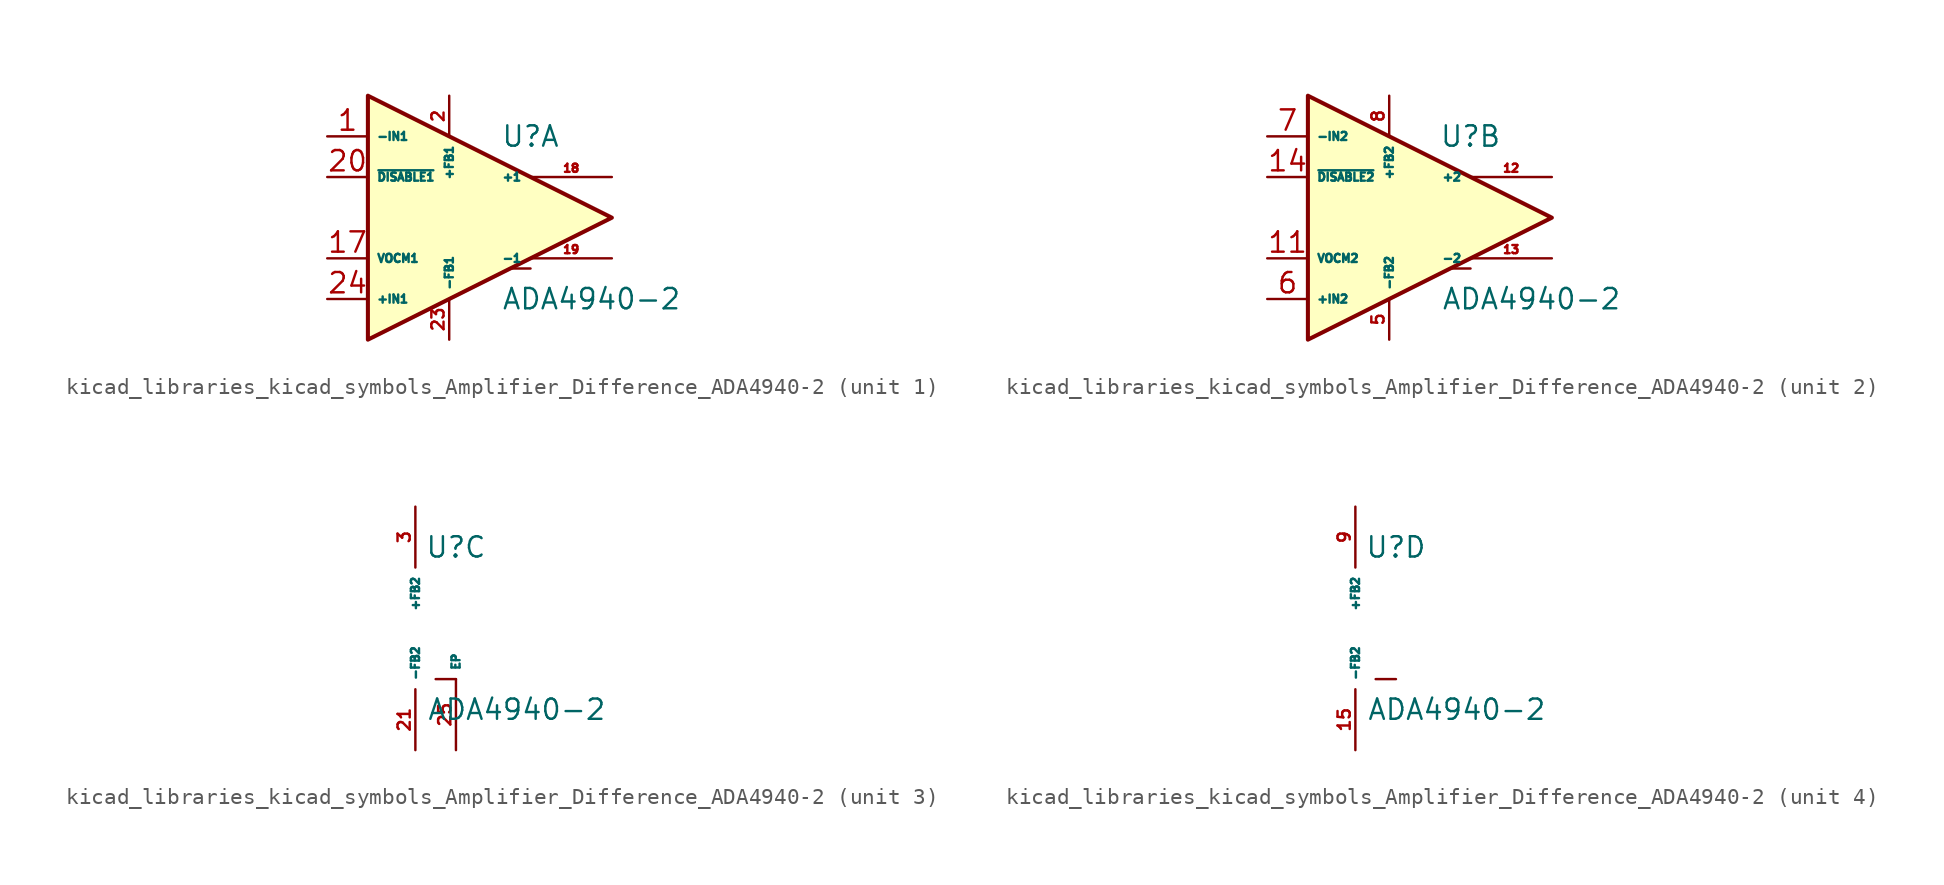
<source format=kicad_sym>
(kicad_symbol_lib
  (version 20220914)
  (generator kicad_symbol_editor)
  (symbol "kicad_libraries_kicad_symbols_Amplifier_Difference_ADA4940-2"
    (property "Reference" "U"
      (at 5.08 5.08 0)
      (effects (font (size 1.27 1.27))))
    (property "Value" "ADA4940-2"
      (at 8.89 -5.08 0)
      (effects (font (size 1.27 1.27))))
    (symbol "kicad_libraries_kicad_symbols_Amplifier_Difference_ADA4940-2_0_1"
      (polyline (pts (xy 5.08 -3.175) (xy 3.81 -3.175)) (stroke (width 0) (type default)) (fill (type none))))
    (symbol "kicad_libraries_kicad_symbols_Amplifier_Difference_ADA4940-2_1_1"
      (polyline (pts (xy -5.08 7.62) (xy -5.08 -7.62) (xy 10.16 0) (xy -5.08 7.62)) (stroke (width 0.254) (type default)) (fill (type background)))
      (pin input line (at -7.62 5.08 0) (length 2.54) (name "-IN1" (effects (font (size 0.508 0.508)))) (number "1" (effects (font (size 1.27 1.27)))))
      (pin input line (at -7.62 -2.54 0) (length 2.54) (name "VOCM1" (effects (font (size 0.508 0.508)))) (number "17" (effects (font (size 1.27 1.27)))))
      (pin output line (at 10.16 2.54 180) (length 5.08) (name "+1" (effects (font (size 0.508 0.508)))) (number "18" (effects (font (size 0.508 0.508)))))
      (pin output line (at 10.16 -2.54 180) (length 5.08) (name "-1" (effects (font (size 0.508 0.508)))) (number "19" (effects (font (size 0.508 0.508)))))
      (pin input line (at 0 7.62 270) (length 2.54) (name "+FB1" (effects (font (size 0.508 0.508)))) (number "2" (effects (font (size 0.762 0.762)))))
      (pin input line (at -7.62 2.54 0) (length 2.54) (name "~{DISABLE1}" (effects (font (size 0.508 0.508)))) (number "20" (effects (font (size 1.27 1.27)))))
      (pin input line (at 0 -7.62 90) (length 2.54) (name "-FB1" (effects (font (size 0.508 0.508)))) (number "23" (effects (font (size 0.762 0.762)))))
      (pin input line (at -7.62 -5.08 0) (length 2.54) (name "+IN1" (effects (font (size 0.508 0.508)))) (number "24" (effects (font (size 1.27 1.27))))))
    (symbol "kicad_libraries_kicad_symbols_Amplifier_Difference_ADA4940-2_2_1"
      (polyline (pts (xy -5.08 7.62) (xy -5.08 -7.62) (xy 10.16 0) (xy -5.08 7.62)) (stroke (width 0.254) (type default)) (fill (type background)))
      (pin input line (at -7.62 -2.54 0) (length 2.54) (name "VOCM2" (effects (font (size 0.508 0.508)))) (number "11" (effects (font (size 1.27 1.27)))))
      (pin output line (at 10.16 2.54 180) (length 5.08) (name "+2" (effects (font (size 0.508 0.508)))) (number "12" (effects (font (size 0.508 0.508)))))
      (pin output line (at 10.16 -2.54 180) (length 5.08) (name "-2" (effects (font (size 0.508 0.508)))) (number "13" (effects (font (size 0.508 0.508)))))
      (pin input line (at -7.62 2.54 0) (length 2.54) (name "~{DISABLE2}" (effects (font (size 0.508 0.508)))) (number "14" (effects (font (size 1.27 1.27)))))
      (pin input line (at 0 -7.62 90) (length 2.54) (name "-FB2" (effects (font (size 0.508 0.508)))) (number "5" (effects (font (size 0.762 0.762)))))
      (pin input line (at -7.62 -5.08 0) (length 2.54) (name "+IN2" (effects (font (size 0.508 0.508)))) (number "6" (effects (font (size 1.27 1.27)))))
      (pin input line (at -7.62 5.08 0) (length 2.54) (name "-IN2" (effects (font (size 0.508 0.508)))) (number "7" (effects (font (size 1.27 1.27)))))
      (pin input line (at 0 7.62 270) (length 2.54) (name "+FB2" (effects (font (size 0.508 0.508)))) (number "8" (effects (font (size 0.762 0.762))))))
    (symbol "kicad_libraries_kicad_symbols_Amplifier_Difference_ADA4940-2_3_1"
      (pin input line (at 2.54 -7.62 90) (length 3.81) (name "-FB2" (effects (font (size 0.508 0.508)))) (number "21" (effects (font (size 0.762 0.762)))))
      (pin input line (at 2.54 -7.62 90) (length 3.81) hide (name "-FB2" (effects (font (size 0.508 0.508)))) (number "22" (effects (font (size 0.762 0.762)))))
      (pin passive line (at 5.08 -7.62 90) (length 4.445) (name "EP" (effects (font (size 0.508 0.508)))) (number "25" (effects (font (size 0.762 0.762)))))
      (pin input line (at 2.54 7.62 270) (length 3.81) (name "+FB2" (effects (font (size 0.508 0.508)))) (number "3" (effects (font (size 0.762 0.762)))))
      (pin input line (at 2.54 7.62 270) (length 3.81) hide (name "+FB2" (effects (font (size 0.508 0.508)))) (number "4" (effects (font (size 0.762 0.762))))))
    (symbol "kicad_libraries_kicad_symbols_Amplifier_Difference_ADA4940-2_4_1"
      (pin input line (at 2.54 7.62 270) (length 3.81) hide (name "+FB2" (effects (font (size 0.508 0.508)))) (number "10" (effects (font (size 0.762 0.762)))))
      (pin input line (at 2.54 -7.62 90) (length 3.81) (name "-FB2" (effects (font (size 0.508 0.508)))) (number "15" (effects (font (size 0.762 0.762)))))
      (pin input line (at 2.54 -7.62 90) (length 3.81) hide (name "-FB2" (effects (font (size 0.508 0.508)))) (number "16" (effects (font (size 0.762 0.762)))))
      (pin input line (at 2.54 7.62 270) (length 3.81) (name "+FB2" (effects (font (size 0.508 0.508)))) (number "9" (effects (font (size 0.762 0.762))))))))
</source>
